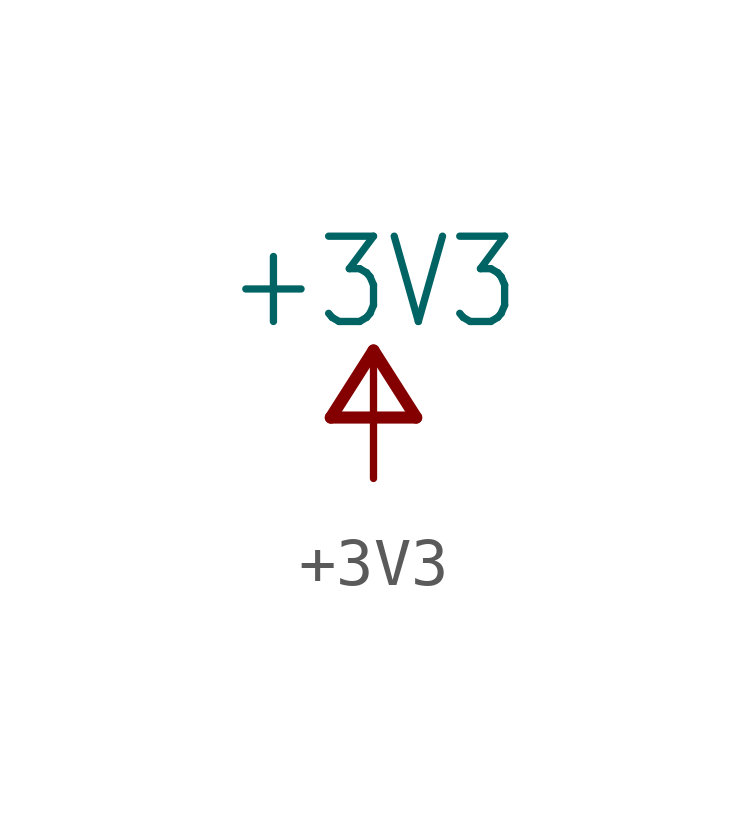
<source format=kicad_sym>
(kicad_symbol_lib
  (version 20211014)
  (generator kicad_symbol_editor)
  (symbol "+3V3"
    (power)
    (property "Reference" "#+3V3"
      (at 0 0 0)
      (effects (font (size 1.27 1.27)) hide))
    (property "Value" "+3V3"
      (at 0 0.508 0)
      (effects (font (size 1.778 1.511)) (justify bottom)))
    (property "ki_locked" ""
      (at 0 0 0)
      (effects (font (size 1.27 1.27))))
    (symbol "+3V3_1_0"
      (polyline (pts (xy -0.889 -1.27) (xy 0.889 -1.27)) (stroke (width 0.254) (type default) (color 0 0 0 0)) (fill (type none)))
      (polyline (pts (xy 0 0.127) (xy -0.889 -1.27)) (stroke (width 0.254) (type default) (color 0 0 0 0)) (fill (type none)))
      (polyline (pts (xy 0.889 -1.27) (xy 0 0.127)) (stroke (width 0.254) (type default) (color 0 0 0 0)) (fill (type none)))
      (pin power_in line (at 0 -2.54 90) (length 2.54) (name "+3V3" (effects (font (size 0 0)))) (number "1" (effects (font (size 0 0))))))))
</source>
